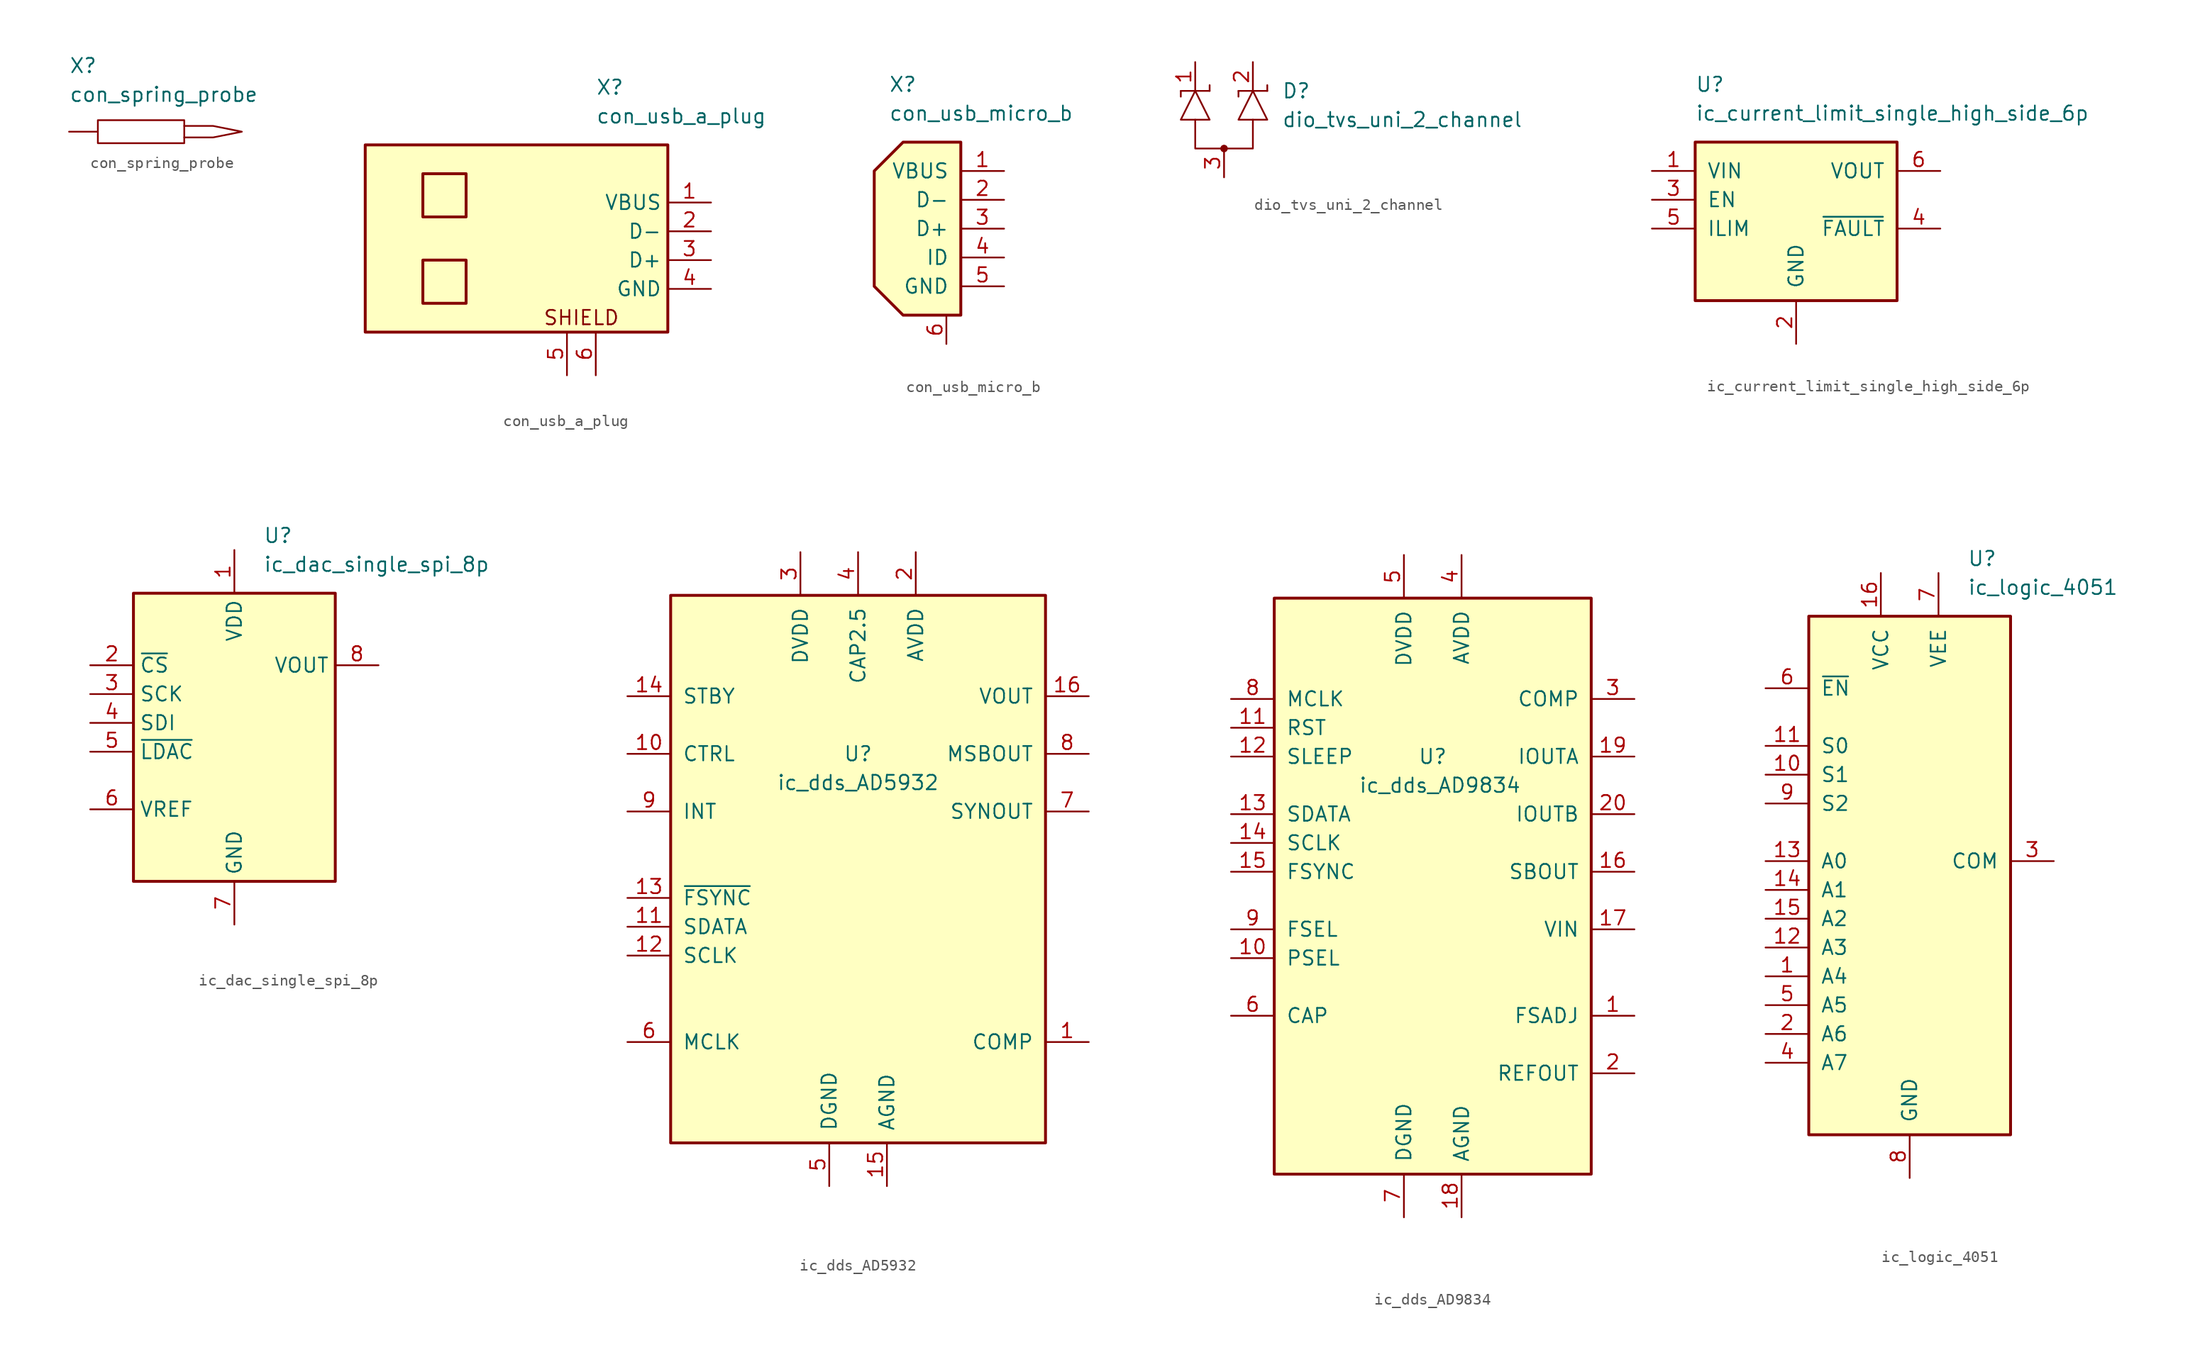
<source format=kicad_sym>
(kicad_symbol_lib
  (version 20241209)
  (generator "kicad_symbol_editor")
  (generator_version "9.0")
  (symbol "con_spring_probe"
    (pin_numbers
      (hide yes))
    (pin_names
      (offset 1.016)
      (hide yes))
    (property "Reference" "X"
      (at 0 5.08 0)
      (effects (font (size 1.27 1.27)) (justify left bottom)))
    (property "Value" "con_spring_probe"
      (at 0 2.54 0)
      (effects (font (size 1.27 1.27)) (justify left bottom)))
    (symbol "con_spring_probe_0_1"
      (rectangle (start 2.54 1.016) (end 10.16 -1.016) (stroke (width 0) (type default)) (fill (type none)))
      (polyline (pts (xy 10.16 -0.508) (xy 12.7 -0.508) (xy 15.24 0) (xy 12.7 0.508) (xy 10.16 0.508)) (stroke (width 0) (type default)) (fill (type none))))
    (symbol "con_spring_probe_1_1"
      (pin passive line (at 0 0 0) (length 2.54) (name "~" (effects (font (size 1.27 1.27)))) (number "1" (effects (font (size 1.27 1.27)))))))
  (symbol "con_usb_a_plug"
    (property "Reference" "X"
      (at -10.16 10.16 0)
      (effects (font (size 1.27 1.27)) (justify left)))
    (property "Value" "con_usb_a_plug"
      (at -10.16 7.62 0)
      (effects (font (size 1.27 1.27)) (justify left)))
    (symbol "con_usb_a_plug_0_0"
      (text "SHIELD" (at -11.43 -10.16 0) (effects (font (size 1.27 1.27)))))
    (symbol "con_usb_a_plug_0_1"
      (rectangle (start -30.48 5.08) (end -3.81 -11.43) (stroke (width 0.254) (type default)) (fill (type background)))
      (rectangle (start -25.4 2.54) (end -21.59 -1.27) (stroke (width 0.254) (type default)) (fill (type none)))
      (rectangle (start -25.4 -5.08) (end -21.59 -8.89) (stroke (width 0.254) (type default)) (fill (type none))))
    (symbol "con_usb_a_plug_1_1"
      (pin passive line (at -12.7 -15.24 90) (length 3.81) (name "" (effects (font (size 1.27 1.27)))) (number "5" (effects (font (size 1.27 1.27)))))
      (pin passive line (at -10.16 -15.24 90) (length 3.81) (name "" (effects (font (size 1.27 1.27)))) (number "6" (effects (font (size 1.27 1.27)))))
      (pin power_out line (at 0 0 180) (length 3.81) (name "VBUS" (effects (font (size 1.27 1.27)))) (number "1" (effects (font (size 1.27 1.27)))))
      (pin bidirectional line (at 0 -2.54 180) (length 3.81) (name "D-" (effects (font (size 1.27 1.27)))) (number "2" (effects (font (size 1.27 1.27)))))
      (pin bidirectional line (at 0 -5.08 180) (length 3.81) (name "D+" (effects (font (size 1.27 1.27)))) (number "3" (effects (font (size 1.27 1.27)))))
      (pin power_in line (at 0 -7.62 180) (length 3.81) (name "GND" (effects (font (size 1.27 1.27)))) (number "4" (effects (font (size 1.27 1.27)))))))
  (symbol "con_usb_micro_b"
    (pin_names
      (offset 1.016))
    (property "Reference" "X"
      (at -10.16 7.62 0)
      (effects (font (size 1.27 1.27)) (justify left)))
    (property "Value" "con_usb_micro_b"
      (at -10.16 5.08 0)
      (effects (font (size 1.27 1.27)) (justify left)))
    (symbol "con_usb_micro_b_0_1"
      (polyline (pts (xy -3.81 -12.7) (xy -3.81 2.54) (xy -8.89 2.54) (xy -11.43 0) (xy -11.43 -10.16) (xy -8.89 -12.7) (xy -3.81 -12.7)) (stroke (width 0.254) (type default)) (fill (type background))))
    (symbol "con_usb_micro_b_1_1"
      (pin passive line (at -5.08 -15.24 90) (length 2.54) (name "~" (effects (font (size 1.27 1.27)))) (number "6" (effects (font (size 1.27 1.27)))))
      (pin power_out line (at 0 0 180) (length 3.81) (name "VBUS" (effects (font (size 1.27 1.27)))) (number "1" (effects (font (size 1.27 1.27)))))
      (pin bidirectional line (at 0 -2.54 180) (length 3.81) (name "D-" (effects (font (size 1.27 1.27)))) (number "2" (effects (font (size 1.27 1.27)))))
      (pin bidirectional line (at 0 -5.08 180) (length 3.81) (name "D+" (effects (font (size 1.27 1.27)))) (number "3" (effects (font (size 1.27 1.27)))))
      (pin input line (at 0 -7.62 180) (length 3.81) (name "ID" (effects (font (size 1.27 1.27)))) (number "4" (effects (font (size 1.27 1.27)))))
      (pin power_in line (at 0 -10.16 180) (length 3.81) (name "GND" (effects (font (size 1.27 1.27)))) (number "5" (effects (font (size 1.27 1.27)))))))
  (symbol "dio_tvs_uni_2_channel"
    (pin_names
      (hide yes))
    (property "Reference" "D"
      (at 7.62 -2.54 0)
      (effects (font (size 1.27 1.27)) (justify left)))
    (property "Value" "dio_tvs_uni_2_channel"
      (at 7.62 -5.08 0)
      (effects (font (size 1.27 1.27)) (justify left)))
    (symbol "dio_tvs_uni_2_channel_0_1"
      (polyline (pts (xy -1.27 -2.54) (xy -1.27 -3.048)) (stroke (width 0) (type default)) (fill (type none)))
      (polyline (pts (xy -1.27 -2.54) (xy 1.27 -2.54)) (stroke (width 0) (type default)) (fill (type none)))
      (polyline (pts (xy -1.27 -5.08) (xy 1.27 -5.08) (xy 0 -2.54) (xy -1.27 -5.08)) (stroke (width 0) (type default)) (fill (type none)))
      (polyline (pts (xy 0 -5.08) (xy 0 -7.62) (xy 5.08 -7.62) (xy 5.08 -5.08)) (stroke (width 0) (type default)) (fill (type none)))
      (polyline (pts (xy 1.27 -2.54) (xy 1.27 -2.032)) (stroke (width 0) (type default)) (fill (type none)))
      (polyline (pts (xy 3.81 -2.54) (xy 3.81 -3.048)) (stroke (width 0) (type default)) (fill (type none)))
      (polyline (pts (xy 3.81 -2.54) (xy 6.35 -2.54)) (stroke (width 0) (type default)) (fill (type none)))
      (polyline (pts (xy 3.81 -5.08) (xy 6.35 -5.08) (xy 5.08 -2.54) (xy 3.81 -5.08)) (stroke (width 0) (type default)) (fill (type none)))
      (polyline (pts (xy 6.35 -2.54) (xy 6.35 -2.032)) (stroke (width 0) (type default)) (fill (type none))))
    (symbol "dio_tvs_uni_2_channel_1_1"
      (circle (center 2.54 -7.62) (radius 0.254) (stroke (width 0) (type default)) (fill (type outline)))
      (pin passive line (at 0 0 270) (length 2.54) (name "" (effects (font (size 1.27 1.27)))) (number "1" (effects (font (size 1.27 1.27)))))
      (pin passive line (at 2.54 -10.16 90) (length 2.54) (name "" (effects (font (size 1.27 1.27)))) (number "3" (effects (font (size 1.27 1.27)))))
      (pin passive line (at 5.08 0 270) (length 2.54) (name "" (effects (font (size 1.27 1.27)))) (number "2" (effects (font (size 1.27 1.27)))))))
  (symbol "ic_current_limit_single_high_side_6p"
    (pin_names
      (offset 1.016))
    (property "Reference" "U"
      (at 3.81 7.62 0)
      (effects (font (size 1.27 1.27)) (justify left)))
    (property "Value" "ic_current_limit_single_high_side_6p"
      (at 3.81 5.08 0)
      (effects (font (size 1.27 1.27)) (justify left)))
    (symbol "ic_current_limit_single_high_side_6p_0_1"
      (rectangle (start 3.81 2.54) (end 21.59 -11.43) (stroke (width 0.254) (type default)) (fill (type background))))
    (symbol "ic_current_limit_single_high_side_6p_1_1"
      (pin power_in line (at 0 0 0) (length 3.81) (name "VIN" (effects (font (size 1.27 1.27)))) (number "1" (effects (font (size 1.27 1.27)))))
      (pin input line (at 0 -2.54 0) (length 3.81) (name "EN" (effects (font (size 1.27 1.27)))) (number "3" (effects (font (size 1.27 1.27)))))
      (pin input line (at 0 -5.08 0) (length 3.81) (name "ILIM" (effects (font (size 1.27 1.27)))) (number "5" (effects (font (size 1.27 1.27)))))
      (pin power_in line (at 12.7 -15.24 90) (length 3.81) (name "GND" (effects (font (size 1.27 1.27)))) (number "2" (effects (font (size 1.27 1.27)))))
      (pin power_out line (at 25.4 0 180) (length 3.81) (name "VOUT" (effects (font (size 1.27 1.27)))) (number "6" (effects (font (size 1.27 1.27)))))
      (pin open_collector line (at 25.4 -5.08 180) (length 3.81) (name "~{FAULT}" (effects (font (size 1.27 1.27)))) (number "4" (effects (font (size 1.27 1.27)))))))
  (symbol "ic_dac_single_spi_8p"
    (property "Reference" "U"
      (at 15.24 11.43 0)
      (effects (font (size 1.27 1.27)) (justify left)))
    (property "Value" "ic_dac_single_spi_8p"
      (at 15.24 8.89 0)
      (effects (font (size 1.27 1.27)) (justify left)))
    (symbol "ic_dac_single_spi_8p_0_1"
      (rectangle (start 3.81 6.35) (end 21.59 -19.05) (stroke (width 0.254) (type default)) (fill (type background))))
    (symbol "ic_dac_single_spi_8p_1_1"
      (pin input line (at 0 0 0) (length 3.81) (name "~{CS}" (effects (font (size 1.27 1.27)))) (number "2" (effects (font (size 1.27 1.27)))))
      (pin input line (at 0 -2.54 0) (length 3.81) (name "SCK" (effects (font (size 1.27 1.27)))) (number "3" (effects (font (size 1.27 1.27)))))
      (pin input line (at 0 -5.08 0) (length 3.81) (name "SDI" (effects (font (size 1.27 1.27)))) (number "4" (effects (font (size 1.27 1.27)))))
      (pin input line (at 0 -7.62 0) (length 3.81) (name "~{LDAC}" (effects (font (size 1.27 1.27)))) (number "5" (effects (font (size 1.27 1.27)))))
      (pin input line (at 0 -12.7 0) (length 3.81) (name "VREF" (effects (font (size 1.27 1.27)))) (number "6" (effects (font (size 1.27 1.27)))))
      (pin power_in line (at 12.7 10.16 270) (length 3.81) (name "VDD" (effects (font (size 1.27 1.27)))) (number "1" (effects (font (size 1.27 1.27)))))
      (pin power_in line (at 12.7 -22.86 90) (length 3.81) (name "GND" (effects (font (size 1.27 1.27)))) (number "7" (effects (font (size 1.27 1.27)))))
      (pin output line (at 25.4 0 180) (length 3.81) (name "VOUT" (effects (font (size 1.27 1.27)))) (number "8" (effects (font (size 1.27 1.27)))))))
  (symbol "ic_dds_AD5932"
    (pin_names
      (offset 1.016))
    (property "Reference" "U"
      (at 20.32 -5.08 0)
      (effects (font (size 1.27 1.27))))
    (property "Value" "ic_dds_AD5932"
      (at 20.32 -7.62 0)
      (effects (font (size 1.27 1.27))))
    (symbol "ic_dds_AD5932_0_1"
      (rectangle (start 3.81 8.89) (end 36.83 -39.37) (stroke (width 0.254) (type default)) (fill (type background))))
    (symbol "ic_dds_AD5932_1_1"
      (pin input line (at 0 0 0) (length 3.81) (name "STBY" (effects (font (size 1.27 1.27)))) (number "14" (effects (font (size 1.27 1.27)))))
      (pin input line (at 0 -5.08 0) (length 3.81) (name "CTRL" (effects (font (size 1.27 1.27)))) (number "10" (effects (font (size 1.27 1.27)))))
      (pin input line (at 0 -10.16 0) (length 3.81) (name "INT" (effects (font (size 1.27 1.27)))) (number "9" (effects (font (size 1.27 1.27)))))
      (pin input line (at 0 -17.78 0) (length 3.81) (name "~{FSYNC}" (effects (font (size 1.27 1.27)))) (number "13" (effects (font (size 1.27 1.27)))))
      (pin input line (at 0 -20.32 0) (length 3.81) (name "SDATA" (effects (font (size 1.27 1.27)))) (number "11" (effects (font (size 1.27 1.27)))))
      (pin input line (at 0 -22.86 0) (length 3.81) (name "SCLK" (effects (font (size 1.27 1.27)))) (number "12" (effects (font (size 1.27 1.27)))))
      (pin input line (at 0 -30.48 0) (length 3.81) (name "MCLK" (effects (font (size 1.27 1.27)))) (number "6" (effects (font (size 1.27 1.27)))))
      (pin power_in line (at 15.24 12.7 270) (length 3.81) (name "DVDD" (effects (font (size 1.27 1.27)))) (number "3" (effects (font (size 1.27 1.27)))))
      (pin power_in line (at 17.78 -43.18 90) (length 3.81) (name "DGND" (effects (font (size 1.27 1.27)))) (number "5" (effects (font (size 1.27 1.27)))))
      (pin power_out line (at 20.32 12.7 270) (length 3.81) (name "CAP2.5" (effects (font (size 1.27 1.27)))) (number "4" (effects (font (size 1.27 1.27)))))
      (pin power_in line (at 22.86 -43.18 90) (length 3.81) (name "AGND" (effects (font (size 1.27 1.27)))) (number "15" (effects (font (size 1.27 1.27)))))
      (pin power_in line (at 25.4 12.7 270) (length 3.81) (name "AVDD" (effects (font (size 1.27 1.27)))) (number "2" (effects (font (size 1.27 1.27)))))
      (pin output line (at 40.64 0 180) (length 3.81) (name "VOUT" (effects (font (size 1.27 1.27)))) (number "16" (effects (font (size 1.27 1.27)))))
      (pin output line (at 40.64 -5.08 180) (length 3.81) (name "MSBOUT" (effects (font (size 1.27 1.27)))) (number "8" (effects (font (size 1.27 1.27)))))
      (pin output line (at 40.64 -10.16 180) (length 3.81) (name "SYNOUT" (effects (font (size 1.27 1.27)))) (number "7" (effects (font (size 1.27 1.27)))))
      (pin passive line (at 40.64 -30.48 180) (length 3.81) (name "COMP" (effects (font (size 1.27 1.27)))) (number "1" (effects (font (size 1.27 1.27)))))))
  (symbol "ic_dds_AD9834"
    (pin_names
      (offset 1.016))
    (property "Reference" "U"
      (at 17.78 -5.08 0)
      (effects (font (size 1.27 1.27))))
    (property "Value" "ic_dds_AD9834"
      (at 18.415 -7.62 0)
      (effects (font (size 1.27 1.27))))
    (symbol "ic_dds_AD9834_0_1"
      (rectangle (start 3.81 8.89) (end 31.75 -41.91) (stroke (width 0.254) (type default)) (fill (type background))))
    (symbol "ic_dds_AD9834_1_1"
      (pin input line (at 0 0 0) (length 3.81) (name "MCLK" (effects (font (size 1.27 1.27)))) (number "8" (effects (font (size 1.27 1.27)))))
      (pin input line (at 0 -2.54 0) (length 3.81) (name "RST" (effects (font (size 1.27 1.27)))) (number "11" (effects (font (size 1.27 1.27)))))
      (pin input line (at 0 -5.08 0) (length 3.81) (name "SLEEP" (effects (font (size 1.27 1.27)))) (number "12" (effects (font (size 1.27 1.27)))))
      (pin input line (at 0 -10.16 0) (length 3.81) (name "SDATA" (effects (font (size 1.27 1.27)))) (number "13" (effects (font (size 1.27 1.27)))))
      (pin input line (at 0 -12.7 0) (length 3.81) (name "SCLK" (effects (font (size 1.27 1.27)))) (number "14" (effects (font (size 1.27 1.27)))))
      (pin input line (at 0 -15.24 0) (length 3.81) (name "FSYNC" (effects (font (size 1.27 1.27)))) (number "15" (effects (font (size 1.27 1.27)))))
      (pin input line (at 0 -20.32 0) (length 3.81) (name "FSEL" (effects (font (size 1.27 1.27)))) (number "9" (effects (font (size 1.27 1.27)))))
      (pin input line (at 0 -22.86 0) (length 3.81) (name "PSEL" (effects (font (size 1.27 1.27)))) (number "10" (effects (font (size 1.27 1.27)))))
      (pin output line (at 0 -27.94 0) (length 3.81) (name "CAP" (effects (font (size 1.27 1.27)))) (number "6" (effects (font (size 1.27 1.27)))))
      (pin power_in line (at 15.24 12.7 270) (length 3.81) (name "DVDD" (effects (font (size 1.27 1.27)))) (number "5" (effects (font (size 1.27 1.27)))))
      (pin power_in line (at 15.24 -45.72 90) (length 3.81) (name "DGND" (effects (font (size 1.27 1.27)))) (number "7" (effects (font (size 1.27 1.27)))))
      (pin power_in line (at 20.32 12.7 270) (length 3.81) (name "AVDD" (effects (font (size 1.27 1.27)))) (number "4" (effects (font (size 1.27 1.27)))))
      (pin power_in line (at 20.32 -45.72 90) (length 3.81) (name "AGND" (effects (font (size 1.27 1.27)))) (number "18" (effects (font (size 1.27 1.27)))))
      (pin passive line (at 35.56 0 180) (length 3.81) (name "COMP" (effects (font (size 1.27 1.27)))) (number "3" (effects (font (size 1.27 1.27)))))
      (pin output line (at 35.56 -5.08 180) (length 3.81) (name "IOUTA" (effects (font (size 1.27 1.27)))) (number "19" (effects (font (size 1.27 1.27)))))
      (pin output line (at 35.56 -10.16 180) (length 3.81) (name "IOUTB" (effects (font (size 1.27 1.27)))) (number "20" (effects (font (size 1.27 1.27)))))
      (pin output line (at 35.56 -15.24 180) (length 3.81) (name "SBOUT" (effects (font (size 1.27 1.27)))) (number "16" (effects (font (size 1.27 1.27)))))
      (pin input line (at 35.56 -20.32 180) (length 3.81) (name "VIN" (effects (font (size 1.27 1.27)))) (number "17" (effects (font (size 1.27 1.27)))))
      (pin passive line (at 35.56 -27.94 180) (length 3.81) (name "FSADJ" (effects (font (size 1.27 1.27)))) (number "1" (effects (font (size 1.27 1.27)))))
      (pin output line (at 35.56 -33.02 180) (length 3.81) (name "REFOUT" (effects (font (size 1.27 1.27)))) (number "2" (effects (font (size 1.27 1.27)))))))
  (symbol "ic_logic_4051"
    (pin_names
      (offset 1.016))
    (property "Reference" "U"
      (at 17.78 11.43 0)
      (effects (font (size 1.27 1.27)) (justify left)))
    (property "Value" "ic_logic_4051"
      (at 17.78 8.89 0)
      (effects (font (size 1.27 1.27)) (justify left)))
    (symbol "ic_logic_4051_0_1"
      (rectangle (start 3.81 6.35) (end 21.59 -39.37) (stroke (width 0.254) (type default)) (fill (type background))))
    (symbol "ic_logic_4051_1_1"
      (pin input line (at 0 0 0) (length 3.81) (name "~{EN}" (effects (font (size 1.27 1.27)))) (number "6" (effects (font (size 1.27 1.27)))))
      (pin input line (at 0 -5.08 0) (length 3.81) (name "S0" (effects (font (size 1.27 1.27)))) (number "11" (effects (font (size 1.27 1.27)))))
      (pin input line (at 0 -7.62 0) (length 3.81) (name "S1" (effects (font (size 1.27 1.27)))) (number "10" (effects (font (size 1.27 1.27)))))
      (pin input line (at 0 -10.16 0) (length 3.81) (name "S2" (effects (font (size 1.27 1.27)))) (number "9" (effects (font (size 1.27 1.27)))))
      (pin bidirectional line (at 0 -15.24 0) (length 3.81) (name "A0" (effects (font (size 1.27 1.27)))) (number "13" (effects (font (size 1.27 1.27)))))
      (pin bidirectional line (at 0 -17.78 0) (length 3.81) (name "A1" (effects (font (size 1.27 1.27)))) (number "14" (effects (font (size 1.27 1.27)))))
      (pin bidirectional line (at 0 -20.32 0) (length 3.81) (name "A2" (effects (font (size 1.27 1.27)))) (number "15" (effects (font (size 1.27 1.27)))))
      (pin bidirectional line (at 0 -22.86 0) (length 3.81) (name "A3" (effects (font (size 1.27 1.27)))) (number "12" (effects (font (size 1.27 1.27)))))
      (pin bidirectional line (at 0 -25.4 0) (length 3.81) (name "A4" (effects (font (size 1.27 1.27)))) (number "1" (effects (font (size 1.27 1.27)))))
      (pin bidirectional line (at 0 -27.94 0) (length 3.81) (name "A5" (effects (font (size 1.27 1.27)))) (number "5" (effects (font (size 1.27 1.27)))))
      (pin bidirectional line (at 0 -30.48 0) (length 3.81) (name "A6" (effects (font (size 1.27 1.27)))) (number "2" (effects (font (size 1.27 1.27)))))
      (pin bidirectional line (at 0 -33.02 0) (length 3.81) (name "A7" (effects (font (size 1.27 1.27)))) (number "4" (effects (font (size 1.27 1.27)))))
      (pin power_in line (at 10.16 10.16 270) (length 3.81) (name "VCC" (effects (font (size 1.27 1.27)))) (number "16" (effects (font (size 1.27 1.27)))))
      (pin power_in line (at 12.7 -43.18 90) (length 3.81) (name "GND" (effects (font (size 1.27 1.27)))) (number "8" (effects (font (size 1.27 1.27)))))
      (pin power_in line (at 15.24 10.16 270) (length 3.81) (name "VEE" (effects (font (size 1.27 1.27)))) (number "7" (effects (font (size 1.27 1.27)))))
      (pin bidirectional line (at 25.4 -15.24 180) (length 3.81) (name "COM" (effects (font (size 1.27 1.27)))) (number "3" (effects (font (size 1.27 1.27))))))))
</source>
